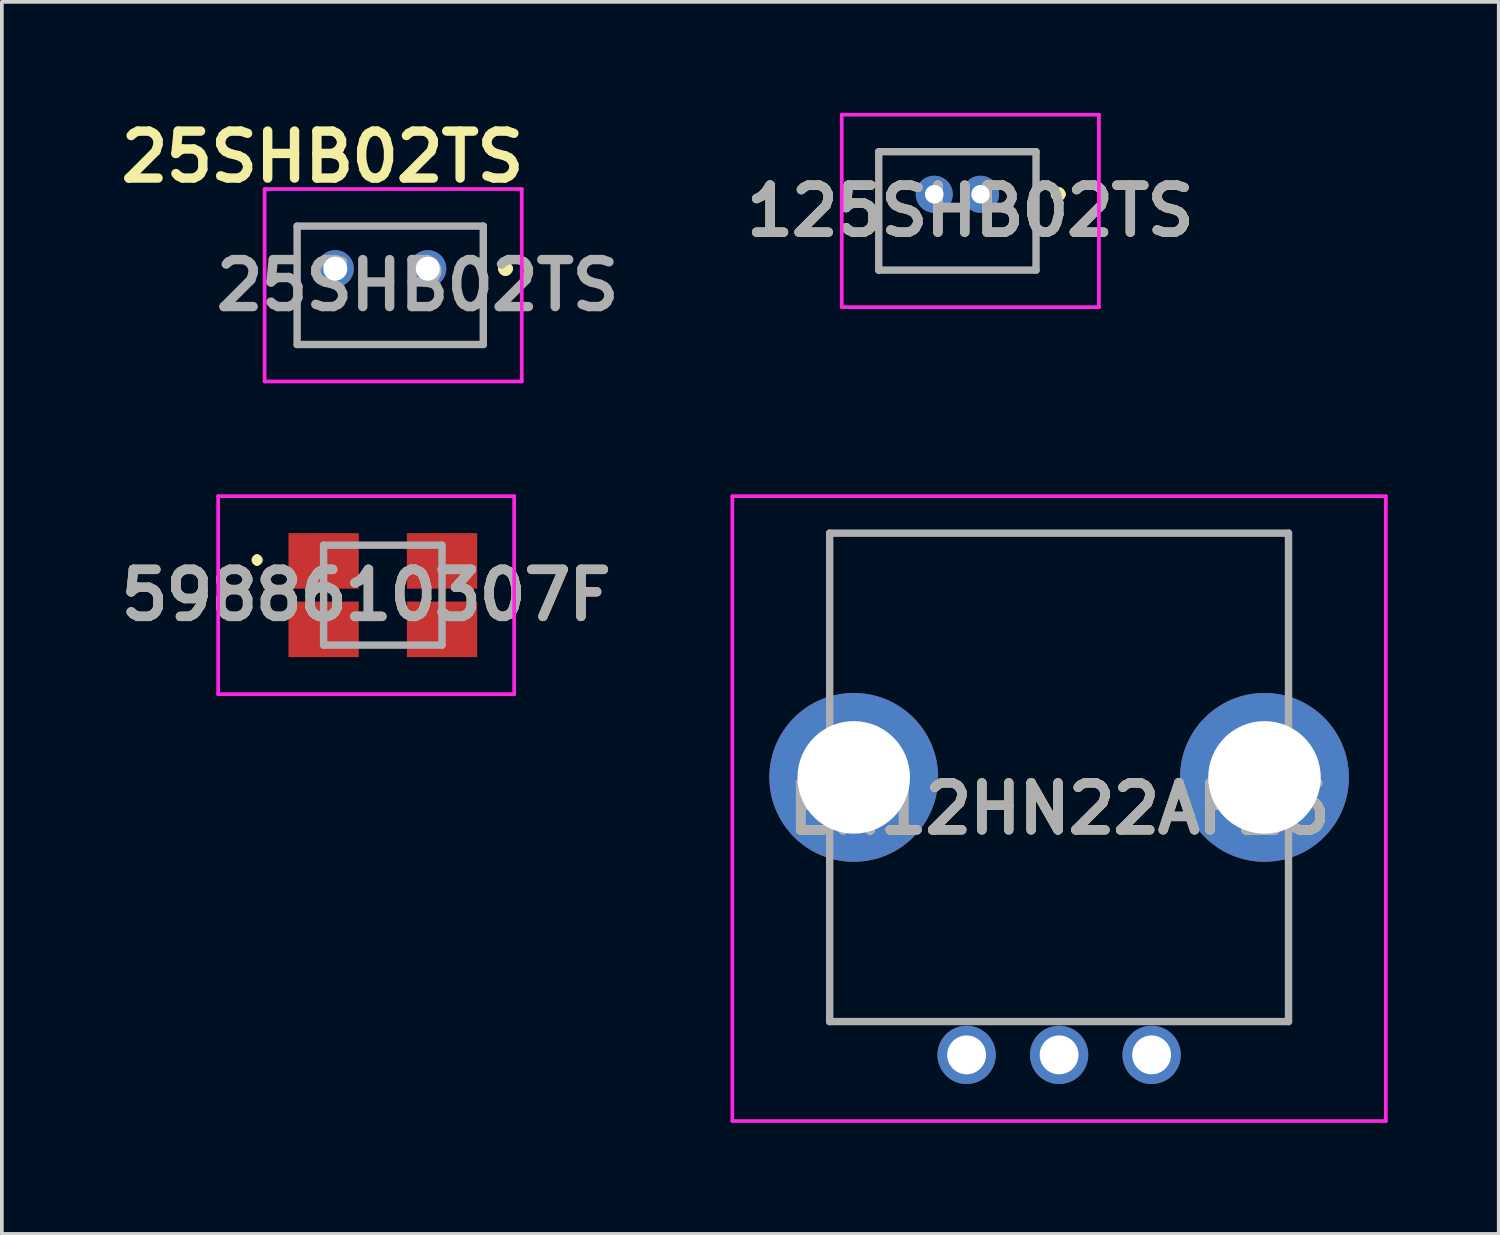
<source format=kicad_pcb>
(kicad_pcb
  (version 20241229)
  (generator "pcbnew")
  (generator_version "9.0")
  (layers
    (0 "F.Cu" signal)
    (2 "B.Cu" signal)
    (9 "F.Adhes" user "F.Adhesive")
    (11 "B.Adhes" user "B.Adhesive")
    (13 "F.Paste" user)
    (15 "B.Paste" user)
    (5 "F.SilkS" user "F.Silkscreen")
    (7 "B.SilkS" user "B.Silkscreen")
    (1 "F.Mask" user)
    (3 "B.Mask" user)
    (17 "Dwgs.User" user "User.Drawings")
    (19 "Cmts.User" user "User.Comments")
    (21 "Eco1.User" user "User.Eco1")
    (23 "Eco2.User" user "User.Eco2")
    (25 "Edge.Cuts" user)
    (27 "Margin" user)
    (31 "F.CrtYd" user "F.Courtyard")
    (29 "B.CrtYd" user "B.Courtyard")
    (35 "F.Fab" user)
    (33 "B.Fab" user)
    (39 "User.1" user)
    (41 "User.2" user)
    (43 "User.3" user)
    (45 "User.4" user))
  (footprint "EN12HN22AF25"
    (layer "F.Cu")
    (at 23.073 25.459)
    (property "Reference" "EN12HN22AF25" (at 2.5 -6.656 0) (layer "F.SilkS") (effects (font (size 1.27 1.27) (thickness 0.254))))
    (attr through_hole)
    (fp_line (start -3.7 -14.1) (end 8.7 -14.1) (stroke (width 0.1) (type solid)) (layer "F.SilkS"))
    (fp_line (start -3.7 -10.5) (end -3.7 -14.1) (stroke (width 0.1) (type solid)) (layer "F.SilkS"))
    (fp_line (start -3.7 -4.5) (end -3.7 -0.9) (stroke (width 0.1) (type solid)) (layer "F.SilkS"))
    (fp_line (start -3.7 -0.9) (end -1.5 -0.9) (stroke (width 0.1) (type solid)) (layer "F.SilkS"))
    (fp_line (start 6.5 -0.9) (end 8.7 -0.9) (stroke (width 0.1) (type solid)) (layer "F.SilkS"))
    (fp_line (start 8.7 -14.1) (end 8.7 -10.5) (stroke (width 0.1) (type solid)) (layer "F.SilkS"))
    (fp_line (start 8.7 -0.9) (end 8.7 -4.5) (stroke (width 0.1) (type solid)) (layer "F.SilkS"))
    (fp_line (start -6.331 -15.1) (end 11.331 -15.1) (stroke (width 0.1) (type solid)) (layer "F.CrtYd"))
    (fp_line (start -6.331 1.788) (end -6.331 -15.1) (stroke (width 0.1) (type solid)) (layer "F.CrtYd"))
    (fp_line (start 11.331 -15.1) (end 11.331 1.788) (stroke (width 0.1) (type solid)) (layer "F.CrtYd"))
    (fp_line (start 11.331 1.788) (end -6.331 1.788) (stroke (width 0.1) (type solid)) (layer "F.CrtYd"))
    (fp_line (start -3.7 -14.1) (end 8.7 -14.1) (stroke (width 0.2) (type solid)) (layer "F.Fab"))
    (fp_line (start -3.7 -0.9) (end -3.7 -14.1) (stroke (width 0.2) (type solid)) (layer "F.Fab"))
    (fp_line (start 8.7 -14.1) (end 8.7 -0.9) (stroke (width 0.2) (type solid)) (layer "F.Fab"))
    (fp_line (start 8.7 -0.9) (end -3.7 -0.9) (stroke (width 0.2) (type solid)) (layer "F.Fab"))
    (fp_text user "${REFERENCE}" (at 2.5 -6.656 0) (layer "F.Fab") (effects (font (size 1.27 1.27) (thickness 0.254))))
    (pad "A1" thru_hole circle (at 0 0) (size 1.575 1.575) (drill 1.05) (layers "*.Cu" "*.Mask"))
    (pad "B1" thru_hole circle (at 5 0) (size 1.575 1.575) (drill 1.05) (layers "*.Cu" "*.Mask"))
    (pad "C1" thru_hole circle (at 2.5 0) (size 1.575 1.575) (drill 1.05) (layers "*.Cu" "*.Mask"))
    (pad "MH1" thru_hole circle (at -3.05 -7.5) (size 4.562 4.562) (drill 3.041) (layers "*.Cu" "*.Mask"))
    (pad "MH2" thru_hole circle (at 8.05 -7.5) (size 4.562 4.562) (drill 3.041) (layers "*.Cu" "*.Mask")))
  (footprint "125SHB02TS"
    (layer "F.Cu")
    (at 23.449 2.2)
    (property "Reference" "125SHB02TS" (at -0.275 0.45 0) (layer "F.SilkS") (effects (font (size 1.27 1.27) (thickness 0.254))))
    (attr through_hole)
    (fp_line (start -2.75 -1.15) (end 1.5 -1.15) (stroke (width 0.1) (type solid)) (layer "F.SilkS"))
    (fp_line (start -2.75 2.05) (end -2.75 -1.15) (stroke (width 0.1) (type solid)) (layer "F.SilkS"))
    (fp_line (start 1.5 -1.15) (end 1.5 2.05) (stroke (width 0.1) (type solid)) (layer "F.SilkS"))
    (fp_line (start 1.5 2.05) (end -2.75 2.05) (stroke (width 0.1) (type solid)) (layer "F.SilkS"))
    (fp_line (start 2 0) (end 2 0) (stroke (width 0.2) (type solid)) (layer "F.SilkS"))
    (fp_line (start 2.2 0) (end 2.2 0) (stroke (width 0.2) (type solid)) (layer "F.SilkS"))
    (fp_arc (start 2 0) (mid 2.1 -0.1) (end 2.2 0) (stroke (width 0.2) (type solid)) (layer "F.SilkS"))
    (fp_arc (start 2.2 0) (mid 2.1 0.1) (end 2 0) (stroke (width 0.2) (type solid)) (layer "F.SilkS"))
    (fp_line (start -3.75 -2.15) (end 3.2 -2.15) (stroke (width 0.1) (type solid)) (layer "F.CrtYd"))
    (fp_line (start -3.75 3.05) (end -3.75 -2.15) (stroke (width 0.1) (type solid)) (layer "F.CrtYd"))
    (fp_line (start 3.2 -2.15) (end 3.2 3.05) (stroke (width 0.1) (type solid)) (layer "F.CrtYd"))
    (fp_line (start 3.2 3.05) (end -3.75 3.05) (stroke (width 0.1) (type solid)) (layer "F.CrtYd"))
    (fp_line (start -2.75 -1.15) (end 1.5 -1.15) (stroke (width 0.2) (type solid)) (layer "F.Fab"))
    (fp_line (start -2.75 2.05) (end -2.75 -1.15) (stroke (width 0.2) (type solid)) (layer "F.Fab"))
    (fp_line (start 1.5 -1.15) (end 1.5 2.05) (stroke (width 0.2) (type solid)) (layer "F.Fab"))
    (fp_line (start 1.5 2.05) (end -2.75 2.05) (stroke (width 0.2) (type solid)) (layer "F.Fab"))
    (fp_text user "${REFERENCE}" (at -0.275 0.45 0) (layer "F.Fab") (effects (font (size 1.27 1.27) (thickness 0.254))))
    (pad "1" thru_hole circle (at 0 0) (size 1 1) (drill 0.5) (layers "*.Cu" "*.Mask"))
    (pad "2" thru_hole circle (at -1.25 0) (size 1 1) (drill 0.5) (layers "*.Cu" "*.Mask")))
  (footprint "25SHB02TS"
    (layer "F.Cu")
    (at 8.511 4.211)
    (property "Reference" "25SHB02TS" (at -2.845 -3.023 0) (layer "F.SilkS") (effects (font (size 1.27 1.27) (thickness 0.254))))
    (attr through_hole)
    (fp_line (start -3.531 -1.143) (end 1.5 -1.15) (stroke (width 0.1) (type solid)) (layer "F.SilkS"))
    (fp_line (start -3.531 2.057) (end -3.531 -1.143) (stroke (width 0.1) (type solid)) (layer "F.SilkS"))
    (fp_line (start 1.5 -1.15) (end 1.5 2.05) (stroke (width 0.1) (type solid)) (layer "F.SilkS"))
    (fp_line (start 1.5 2.05) (end -2.75 2.05) (stroke (width 0.1) (type solid)) (layer "F.SilkS"))
    (fp_line (start 2 0) (end 2 0) (stroke (width 0.2) (type solid)) (layer "F.SilkS"))
    (fp_line (start 2.2 0) (end 2.2 0) (stroke (width 0.2) (type solid)) (layer "F.SilkS"))
    (fp_arc (start 2 0) (mid 2.1 -0.1) (end 2.2 0) (stroke (width 0.2) (type solid)) (layer "F.SilkS"))
    (fp_arc (start 2.2 0) (mid 2.1 0.1) (end 2 0) (stroke (width 0.2) (type solid)) (layer "F.SilkS"))
    (fp_line (start -4.41 -2.152) (end 2.54 -2.152) (stroke (width 0.1) (type solid)) (layer "F.CrtYd"))
    (fp_line (start -4.41 3.048) (end -4.41 -2.152) (stroke (width 0.1) (type solid)) (layer "F.CrtYd"))
    (fp_line (start 2.54 -2.152) (end 2.54 3.048) (stroke (width 0.1) (type solid)) (layer "F.CrtYd"))
    (fp_line (start 2.54 3.048) (end -4.41 3.048) (stroke (width 0.1) (type solid)) (layer "F.CrtYd"))
    (fp_line (start -3.531 -1.15) (end 1.5 -1.15) (stroke (width 0.2) (type solid)) (layer "F.Fab"))
    (fp_line (start -3.531 2.05) (end -3.531 -1.15) (stroke (width 0.2) (type solid)) (layer "F.Fab"))
    (fp_line (start 1.5 -1.15) (end 1.5 2.05) (stroke (width 0.2) (type solid)) (layer "F.Fab"))
    (fp_line (start 1.5 2.05) (end -3.531 2.05) (stroke (width 0.2) (type solid)) (layer "F.Fab"))
    (fp_text user "${REFERENCE}" (at -0.275 0.45 0) (layer "F.Fab") (effects (font (size 1.27 1.27) (thickness 0.254))))
    (pad "1" thru_hole circle (at 0 0) (size 1 1) (drill 0.65) (layers "*.Cu" "*.Mask"))
    (pad "2" thru_hole circle (at -2.5 0) (size 1 1) (drill 0.65) (layers "*.Cu" "*.Mask")))
  (footprint "5988610307F"
    (layer "F.Cu")
    (at 7.296 13.034)
    (property "Reference" "5988610307F" (at -0.45 0 0) (layer "F.SilkS") (effects (font (size 1.27 1.27) (thickness 0.254))))
    (attr smd)
    (fp_line (start -3.4 -1) (end -3.4 -1) (stroke (width 0.2) (type solid)) (layer "F.SilkS"))
    (fp_line (start -3.4 -0.9) (end -3.4 -0.9) (stroke (width 0.2) (type solid)) (layer "F.SilkS"))
    (fp_line (start -3.4 -0.9) (end -3.4 -0.9) (stroke (width 0.2) (type solid)) (layer "F.SilkS"))
    (fp_arc (start -3.4 -1) (mid -3.35 -0.95) (end -3.4 -0.9) (stroke (width 0.2) (type solid)) (layer "F.SilkS"))
    (fp_arc (start -3.4 -1) (mid -3.35 -0.95) (end -3.4 -0.9) (stroke (width 0.2) (type solid)) (layer "F.SilkS"))
    (fp_arc (start -3.4 -0.9) (mid -3.45 -0.95) (end -3.4 -1) (stroke (width 0.2) (type solid)) (layer "F.SilkS"))
    (fp_line (start -4.45 -2.675) (end 3.55 -2.675) (stroke (width 0.1) (type solid)) (layer "F.CrtYd"))
    (fp_line (start -4.45 2.675) (end -4.45 -2.675) (stroke (width 0.1) (type solid)) (layer "F.CrtYd"))
    (fp_line (start 3.55 -2.675) (end 3.55 2.675) (stroke (width 0.1) (type solid)) (layer "F.CrtYd"))
    (fp_line (start 3.55 2.675) (end -4.45 2.675) (stroke (width 0.1) (type solid)) (layer "F.CrtYd"))
    (fp_line (start -1.6 -1.35) (end -1.6 1.35) (stroke (width 0.2) (type solid)) (layer "F.Fab"))
    (fp_line (start -1.6 1.35) (end 1.6 1.35) (stroke (width 0.2) (type solid)) (layer "F.Fab"))
    (fp_line (start 1.6 -1.35) (end -1.6 -1.35) (stroke (width 0.2) (type solid)) (layer "F.Fab"))
    (fp_line (start 1.6 1.35) (end 1.6 -1.35) (stroke (width 0.2) (type solid)) (layer "F.Fab"))
    (fp_text user "${REFERENCE}" (at -0.45 0 0) (layer "F.Fab") (effects (font (size 1.27 1.27) (thickness 0.254))))
    (pad "1" smd rect (at -1.6 -0.925 90) (size 1.5 1.9) (layers "F.Cu" "F.Mask" "F.Paste"))
    (pad "2" smd rect (at 1.6 -0.925 90) (size 1.5 1.9) (layers "F.Cu" "F.Mask" "F.Paste"))
    (pad "3" smd rect (at -1.6 0.925 90) (size 1.5 1.9) (layers "F.Cu" "F.Mask" "F.Paste"))
    (pad "4" smd rect (at 1.6 0.925 90) (size 1.5 1.9) (layers "F.Cu" "F.Mask" "F.Paste")))
  (gr_rect
    (start -3 -3)
    (end 37.454 30.297)
    (stroke (width 0.1) (type default))
    (fill no)
    (layer "Edge.Cuts")))
</source>
